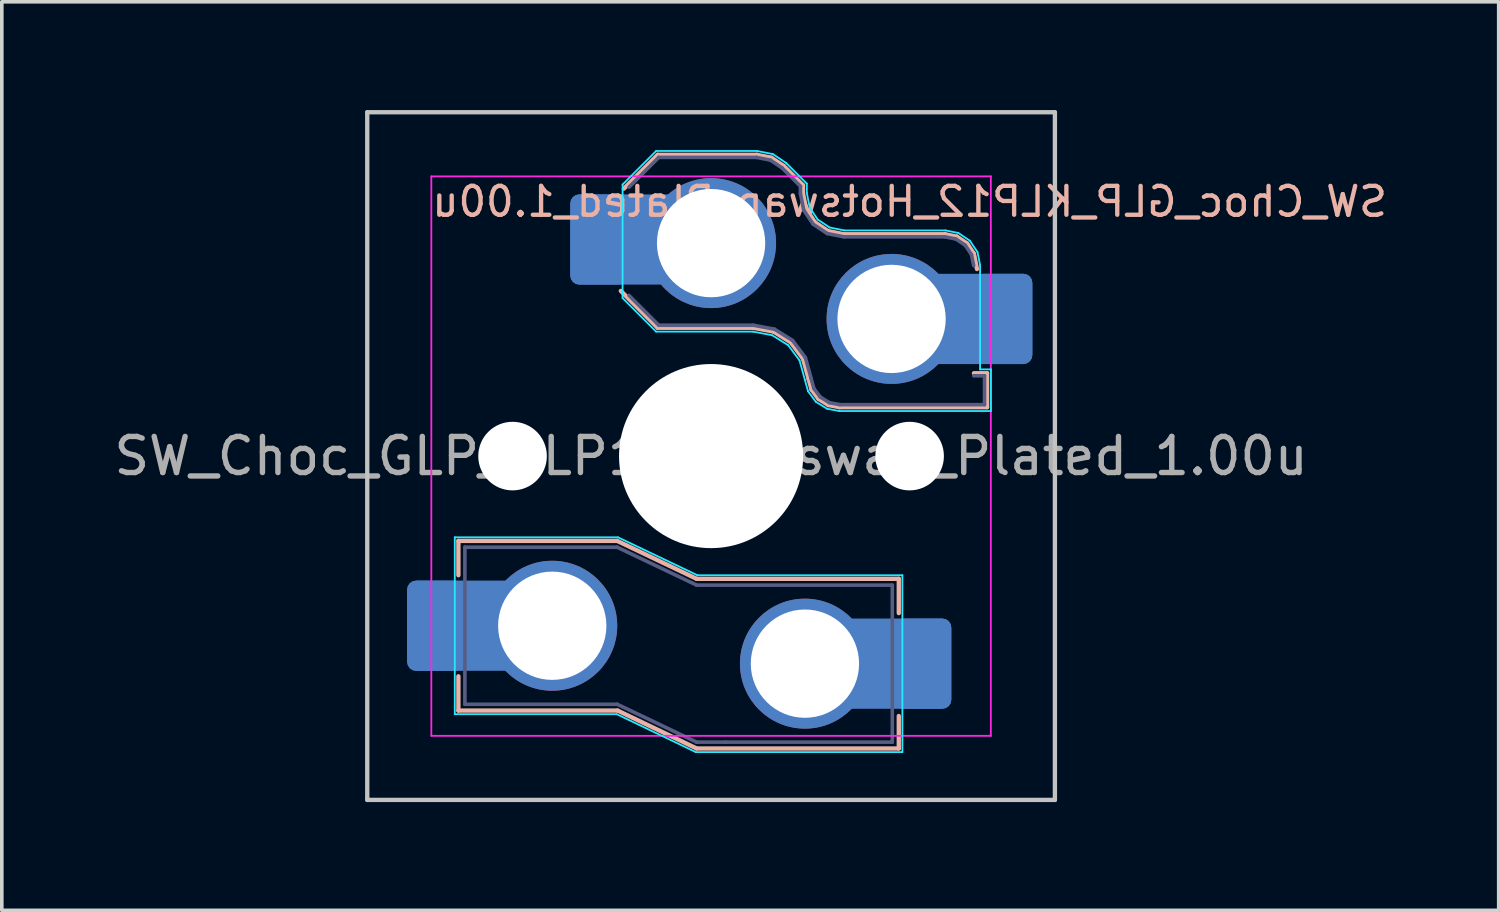
<source format=kicad_pcb>
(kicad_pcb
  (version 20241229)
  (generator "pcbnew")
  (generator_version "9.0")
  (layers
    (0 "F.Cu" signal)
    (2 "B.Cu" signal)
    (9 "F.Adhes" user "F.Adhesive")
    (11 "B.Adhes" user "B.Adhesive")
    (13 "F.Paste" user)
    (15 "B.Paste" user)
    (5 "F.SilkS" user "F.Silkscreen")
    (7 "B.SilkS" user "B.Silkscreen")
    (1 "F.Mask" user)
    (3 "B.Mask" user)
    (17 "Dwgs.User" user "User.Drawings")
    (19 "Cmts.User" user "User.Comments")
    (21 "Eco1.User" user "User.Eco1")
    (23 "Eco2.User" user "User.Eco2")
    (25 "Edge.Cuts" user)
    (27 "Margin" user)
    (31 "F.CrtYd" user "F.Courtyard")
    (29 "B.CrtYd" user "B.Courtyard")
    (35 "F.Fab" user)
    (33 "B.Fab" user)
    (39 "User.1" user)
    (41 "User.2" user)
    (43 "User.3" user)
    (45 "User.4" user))
  (footprint "SW_Choc_GLP_KLP12_Hotswap_Plated_1.00u"
    (layer "F.Cu")
    (at 16.649 9.585)
    (property "Reference" "SW_Choc_GLP_KLP12_Hotswap_Plated_1.00u" (at 5.5 -7.05 180) (layer "B.SilkS") (effects (font (size 0.8 0.8) (thickness 0.12)) (justify mirror)))
    (attr smd)
    (fp_line (start -7 2.35) (end -7 3.3) (stroke (width 0.12) (type solid)) (layer "B.SilkS"))
    (fp_line (start -7 2.35) (end -2.6 2.35) (stroke (width 0.12) (type solid)) (layer "B.SilkS"))
    (fp_line (start -7 7.05) (end -7 6.1) (stroke (width 0.12) (type solid)) (layer "B.SilkS"))
    (fp_line (start -7 7.05) (end -2.59 7.05) (stroke (width 0.12) (type solid)) (layer "B.SilkS"))
    (fp_line (start -2.6 2.35) (end -0.4 3.4) (stroke (width 0.12) (type solid)) (layer "B.SilkS"))
    (fp_line (start -2.59 7.05) (end -0.4 8.1) (stroke (width 0.12) (type solid)) (layer "B.SilkS"))
    (fp_line (start -2.416 -7.409) (end -1.479 -8.346) (stroke (width 0.12) (type solid)) (layer "B.SilkS"))
    (fp_line (start -1.479 -8.346) (end 1.268 -8.346) (stroke (width 0.12) (type solid)) (layer "B.SilkS"))
    (fp_line (start -1.479 -3.554) (end -2.5 -4.575) (stroke (width 0.12) (type solid)) (layer "B.SilkS"))
    (fp_line (start 1.168 -3.554) (end -1.479 -3.554) (stroke (width 0.12) (type solid)) (layer "B.SilkS"))
    (fp_line (start 1.268 -8.346) (end 1.671 -8.266) (stroke (width 0.12) (type solid)) (layer "B.SilkS"))
    (fp_line (start 1.671 -8.266) (end 2.013 -8.037) (stroke (width 0.12) (type solid)) (layer "B.SilkS"))
    (fp_line (start 1.73 -3.449) (end 1.168 -3.554) (stroke (width 0.12) (type solid)) (layer "B.SilkS"))
    (fp_line (start 2.013 -8.037) (end 2.546 -7.504) (stroke (width 0.12) (type solid)) (layer "B.SilkS"))
    (fp_line (start 2.209 -3.15) (end 1.73 -3.449) (stroke (width 0.12) (type solid)) (layer "B.SilkS"))
    (fp_line (start 2.546 -7.504) (end 2.546 -7.282) (stroke (width 0.12) (type solid)) (layer "B.SilkS"))
    (fp_line (start 2.546 -7.282) (end 2.633 -6.844) (stroke (width 0.12) (type solid)) (layer "B.SilkS"))
    (fp_line (start 2.547 -2.697) (end 2.209 -3.15) (stroke (width 0.12) (type solid)) (layer "B.SilkS"))
    (fp_line (start 2.633 -6.844) (end 2.877 -6.477) (stroke (width 0.12) (type solid)) (layer "B.SilkS"))
    (fp_line (start 2.701 -2.139) (end 2.547 -2.697) (stroke (width 0.12) (type solid)) (layer "B.SilkS"))
    (fp_line (start 2.783 -1.841) (end 2.701 -2.139) (stroke (width 0.12) (type solid)) (layer "B.SilkS"))
    (fp_line (start 2.877 -6.477) (end 3.244 -6.233) (stroke (width 0.12) (type solid)) (layer "B.SilkS"))
    (fp_line (start 2.976 -1.583) (end 2.783 -1.841) (stroke (width 0.12) (type solid)) (layer "B.SilkS"))
    (fp_line (start 3.244 -6.233) (end 3.682 -6.146) (stroke (width 0.12) (type solid)) (layer "B.SilkS"))
    (fp_line (start 3.25 -1.413) (end 2.976 -1.583) (stroke (width 0.12) (type solid)) (layer "B.SilkS"))
    (fp_line (start 3.56 -1.354) (end 3.25 -1.413) (stroke (width 0.12) (type solid)) (layer "B.SilkS"))
    (fp_line (start 3.682 -6.146) (end 6.482 -6.146) (stroke (width 0.12) (type solid)) (layer "B.SilkS"))
    (fp_line (start 5.2 3.4) (end -0.4 3.4) (stroke (width 0.12) (type solid)) (layer "B.SilkS"))
    (fp_line (start 5.2 3.4) (end 5.2 4.35) (stroke (width 0.12) (type solid)) (layer "B.SilkS"))
    (fp_line (start 5.2 8.1) (end -0.4 8.1) (stroke (width 0.12) (type solid)) (layer "B.SilkS"))
    (fp_line (start 5.2 8.1) (end 5.2 7.2) (stroke (width 0.12) (type solid)) (layer "B.SilkS"))
    (fp_line (start 6.482 -6.146) (end 6.809 -6.081) (stroke (width 0.12) (type solid)) (layer "B.SilkS"))
    (fp_line (start 6.809 -6.081) (end 7.092 -5.892) (stroke (width 0.12) (type solid)) (layer "B.SilkS"))
    (fp_line (start 7.092 -5.892) (end 7.281 -5.609) (stroke (width 0.12) (type solid)) (layer "B.SilkS"))
    (fp_line (start 7.281 -5.609) (end 7.366 -5.182) (stroke (width 0.12) (type solid)) (layer "B.SilkS"))
    (fp_line (start 7.283 -2.296) (end 7.646 -2.296) (stroke (width 0.12) (type solid)) (layer "B.SilkS"))
    (fp_line (start 7.646 -2.296) (end 7.646 -1.354) (stroke (width 0.12) (type solid)) (layer "B.SilkS"))
    (fp_line (start 7.646 -1.354) (end 3.56 -1.354) (stroke (width 0.12) (type solid)) (layer "B.SilkS"))
    (fp_line (start -9.525 -9.525) (end -9.525 9.525) (stroke (width 0.12) (type default)) (layer "Dwgs.User"))
    (fp_line (start -9.525 -9.525) (end 9.525 -9.525) (stroke (width 0.12) (type default)) (layer "Dwgs.User"))
    (fp_line (start 9.525 -9.525) (end 9.525 9.525) (stroke (width 0.12) (type default)) (layer "Dwgs.User"))
    (fp_line (start 9.525 9.525) (end -9.525 9.525) (stroke (width 0.12) (type default)) (layer "Dwgs.User"))
    (fp_line (start -7.1 2.25) (end -7.1 7.15) (stroke (width 0.05) (type solid)) (layer "B.CrtYd"))
    (fp_line (start -7.1 2.25) (end -2.58 2.25) (stroke (width 0.05) (type solid)) (layer "B.CrtYd"))
    (fp_line (start -7.1 7.15) (end -2.615 7.15) (stroke (width 0.05) (type solid)) (layer "B.CrtYd"))
    (fp_line (start -2.615 7.15) (end -0.425 8.2) (stroke (width 0.05) (type solid)) (layer "B.CrtYd"))
    (fp_line (start -2.58 2.25) (end -0.38 3.3) (stroke (width 0.05) (type solid)) (layer "B.CrtYd"))
    (fp_line (start -2.452 -7.523) (end -1.523 -8.452) (stroke (width 0.05) (type solid)) (layer "B.CrtYd"))
    (fp_line (start -2.452 -4.377) (end -2.452 -7.523) (stroke (width 0.05) (type solid)) (layer "B.CrtYd"))
    (fp_line (start -1.523 -8.452) (end 1.278 -8.452) (stroke (width 0.05) (type solid)) (layer "B.CrtYd"))
    (fp_line (start -1.523 -3.448) (end -2.452 -4.377) (stroke (width 0.05) (type solid)) (layer "B.CrtYd"))
    (fp_line (start 1.159 -3.448) (end -1.523 -3.448) (stroke (width 0.05) (type solid)) (layer "B.CrtYd"))
    (fp_line (start 1.278 -8.452) (end 1.712 -8.366) (stroke (width 0.05) (type solid)) (layer "B.CrtYd"))
    (fp_line (start 1.691 -3.348) (end 1.159 -3.448) (stroke (width 0.05) (type solid)) (layer "B.CrtYd"))
    (fp_line (start 1.712 -8.366) (end 2.081 -8.119) (stroke (width 0.05) (type solid)) (layer "B.CrtYd"))
    (fp_line (start 2.081 -8.119) (end 2.652 -7.548) (stroke (width 0.05) (type solid)) (layer "B.CrtYd"))
    (fp_line (start 2.136 -3.071) (end 1.691 -3.348) (stroke (width 0.05) (type solid)) (layer "B.CrtYd"))
    (fp_line (start 2.45 -2.65) (end 2.136 -3.071) (stroke (width 0.05) (type solid)) (layer "B.CrtYd"))
    (fp_line (start 2.599 -2.111) (end 2.45 -2.65) (stroke (width 0.05) (type solid)) (layer "B.CrtYd"))
    (fp_line (start 2.652 -7.548) (end 2.652 -7.292) (stroke (width 0.05) (type solid)) (layer "B.CrtYd"))
    (fp_line (start 2.652 -7.292) (end 2.733 -6.885) (stroke (width 0.05) (type solid)) (layer "B.CrtYd"))
    (fp_line (start 2.687 -1.794) (end 2.599 -2.111) (stroke (width 0.05) (type solid)) (layer "B.CrtYd"))
    (fp_line (start 2.733 -6.885) (end 2.953 -6.553) (stroke (width 0.05) (type solid)) (layer "B.CrtYd"))
    (fp_line (start 2.903 -1.503) (end 2.687 -1.794) (stroke (width 0.05) (type solid)) (layer "B.CrtYd"))
    (fp_line (start 2.953 -6.553) (end 3.285 -6.333) (stroke (width 0.05) (type solid)) (layer "B.CrtYd"))
    (fp_line (start 3.211 -1.312) (end 2.903 -1.503) (stroke (width 0.05) (type solid)) (layer "B.CrtYd"))
    (fp_line (start 3.285 -6.333) (end 3.692 -6.252) (stroke (width 0.05) (type solid)) (layer "B.CrtYd"))
    (fp_line (start 3.55 -1.248) (end 3.211 -1.312) (stroke (width 0.05) (type solid)) (layer "B.CrtYd"))
    (fp_line (start 3.692 -6.252) (end 6.492 -6.252) (stroke (width 0.05) (type solid)) (layer "B.CrtYd"))
    (fp_line (start 5.3 3.3) (end -0.38 3.3) (stroke (width 0.05) (type solid)) (layer "B.CrtYd"))
    (fp_line (start 5.3 3.3) (end 5.3 8.2) (stroke (width 0.05) (type solid)) (layer "B.CrtYd"))
    (fp_line (start 5.3 8.2) (end -0.425 8.2) (stroke (width 0.05) (type solid)) (layer "B.CrtYd"))
    (fp_line (start 6.492 -6.252) (end 6.85 -6.181) (stroke (width 0.05) (type solid)) (layer "B.CrtYd"))
    (fp_line (start 6.85 -6.181) (end 7.168 -5.968) (stroke (width 0.05) (type solid)) (layer "B.CrtYd"))
    (fp_line (start 7.168 -5.968) (end 7.381 -5.65) (stroke (width 0.05) (type solid)) (layer "B.CrtYd"))
    (fp_line (start 7.381 -5.65) (end 7.452 -5.292) (stroke (width 0.05) (type solid)) (layer "B.CrtYd"))
    (fp_line (start 7.452 -5.292) (end 7.452 -2.402) (stroke (width 0.05) (type solid)) (layer "B.CrtYd"))
    (fp_line (start 7.452 -2.402) (end 7.752 -2.402) (stroke (width 0.05) (type solid)) (layer "B.CrtYd"))
    (fp_line (start 7.752 -2.402) (end 7.752 -1.248) (stroke (width 0.05) (type solid)) (layer "B.CrtYd"))
    (fp_line (start 7.752 -1.248) (end 3.55 -1.248) (stroke (width 0.05) (type solid)) (layer "B.CrtYd"))
    (fp_line (start -7.75 7.75) (end -7.75 -7.75) (stroke (width 0.05) (type solid)) (layer "F.CrtYd"))
    (fp_line (start 7.75 -7.75) (end -7.75 -7.75) (stroke (width 0.05) (type solid)) (layer "F.CrtYd"))
    (fp_line (start 7.75 -7.75) (end 7.75 7.75) (stroke (width 0.05) (type solid)) (layer "F.CrtYd"))
    (fp_line (start 7.75 7.75) (end -7.75 7.75) (stroke (width 0.05) (type solid)) (layer "F.CrtYd"))
    (fp_line (start -6.82 2.525) (end -6.82 6.875) (stroke (width 0.1) (type solid)) (layer "B.Fab"))
    (fp_line (start -6.82 2.525) (end -2.6 2.525) (stroke (width 0.1) (type solid)) (layer "B.Fab"))
    (fp_line (start -6.82 6.875) (end -2.6 6.875) (stroke (width 0.1) (type solid)) (layer "B.Fab"))
    (fp_line (start -2.6 2.525) (end -0.4 3.575) (stroke (width 0.1) (type solid)) (layer "B.Fab"))
    (fp_line (start -2.6 6.875) (end -0.4 7.925) (stroke (width 0.1) (type solid)) (layer "B.Fab"))
    (fp_line (start -2.275 -7.45) (end -1.45 -8.275) (stroke (width 0.1) (type solid)) (layer "B.Fab"))
    (fp_line (start -1.45 -8.275) (end 1.261 -8.275) (stroke (width 0.1) (type solid)) (layer "B.Fab"))
    (fp_line (start -1.45 -3.625) (end -2.275 -4.45) (stroke (width 0.1) (type solid)) (layer "B.Fab"))
    (fp_line (start 0.4 7.925) (end -0.4 7.925) (stroke (width 0.1) (type solid)) (layer "B.Fab"))
    (fp_line (start 1.175 -3.625) (end -1.45 -3.625) (stroke (width 0.1) (type solid)) (layer "B.Fab"))
    (fp_line (start 1.261 -8.275) (end 1.643 -8.199) (stroke (width 0.1) (type solid)) (layer "B.Fab"))
    (fp_line (start 1.643 -8.199) (end 1.968 -7.982) (stroke (width 0.1) (type solid)) (layer "B.Fab"))
    (fp_line (start 1.756 -3.516) (end 1.175 -3.625) (stroke (width 0.1) (type solid)) (layer "B.Fab"))
    (fp_line (start 1.968 -7.982) (end 2.475 -7.475) (stroke (width 0.1) (type solid)) (layer "B.Fab"))
    (fp_line (start 2.258 -3.203) (end 1.756 -3.516) (stroke (width 0.1) (type solid)) (layer "B.Fab"))
    (fp_line (start 2.475 -7.475) (end 2.475 -7.275) (stroke (width 0.1) (type solid)) (layer "B.Fab"))
    (fp_line (start 2.475 -7.275) (end 2.566 -6.816) (stroke (width 0.1) (type solid)) (layer "B.Fab"))
    (fp_line (start 2.566 -6.816) (end 2.826 -6.426) (stroke (width 0.1) (type solid)) (layer "B.Fab"))
    (fp_line (start 2.612 -2.729) (end 2.258 -3.203) (stroke (width 0.1) (type solid)) (layer "B.Fab"))
    (fp_line (start 2.769 -2.158) (end 2.612 -2.729) (stroke (width 0.1) (type solid)) (layer "B.Fab"))
    (fp_line (start 2.826 -6.426) (end 3.216 -6.166) (stroke (width 0.1) (type solid)) (layer "B.Fab"))
    (fp_line (start 2.848 -1.873) (end 2.769 -2.158) (stroke (width 0.1) (type solid)) (layer "B.Fab"))
    (fp_line (start 3.025 -1.636) (end 2.848 -1.873) (stroke (width 0.1) (type solid)) (layer "B.Fab"))
    (fp_line (start 3.216 -6.166) (end 3.675 -6.075) (stroke (width 0.1) (type solid)) (layer "B.Fab"))
    (fp_line (start 3.276 -1.48) (end 3.025 -1.636) (stroke (width 0.1) (type solid)) (layer "B.Fab"))
    (fp_line (start 3.567 -1.425) (end 3.276 -1.48) (stroke (width 0.1) (type solid)) (layer "B.Fab"))
    (fp_line (start 3.675 -6.075) (end 6.475 -6.075) (stroke (width 0.1) (type solid)) (layer "B.Fab"))
    (fp_line (start 5.02 3.575) (end -0.4 3.575) (stroke (width 0.1) (type solid)) (layer "B.Fab"))
    (fp_line (start 5.02 3.575) (end 5.02 7.925) (stroke (width 0.1) (type solid)) (layer "B.Fab"))
    (fp_line (start 5.02 7.925) (end 0.4 7.925) (stroke (width 0.1) (type solid)) (layer "B.Fab"))
    (fp_line (start 6.475 -6.075) (end 6.781 -6.014) (stroke (width 0.1) (type solid)) (layer "B.Fab"))
    (fp_line (start 6.781 -6.014) (end 7.041 -5.841) (stroke (width 0.1) (type solid)) (layer "B.Fab"))
    (fp_line (start 7.041 -5.841) (end 7.214 -5.581) (stroke (width 0.1) (type solid)) (layer "B.Fab"))
    (fp_line (start 7.214 -5.581) (end 7.275 -5.275) (stroke (width 0.1) (type solid)) (layer "B.Fab"))
    (fp_line (start 7.275 -2.225) (end 7.575 -2.225) (stroke (width 0.1) (type solid)) (layer "B.Fab"))
    (fp_line (start 7.575 -2.225) (end 7.575 -1.425) (stroke (width 0.1) (type solid)) (layer "B.Fab"))
    (fp_line (start 7.575 -1.425) (end 3.567 -1.425) (stroke (width 0.1) (type solid)) (layer "B.Fab"))
    (fp_rect (start -7.05 -7.05) (end 7.05 7.05) (stroke (width 0.12) (type default)) (fill no) (layer "User.1"))
    (fp_text user "${REFERENCE}" (at 0 0 0) (layer "F.Fab") (effects (font (size 1 1) (thickness 0.15))))
    (pad "" np_thru_hole circle (at -5.5 0) (size 1.9 1.9) (drill 1.9) (layers "*.Cu" "*.Mask"))
    (pad "" np_thru_hole circle (at 0 0) (size 5.1 5.1) (drill 5.1) (layers "*.Cu" "*.Mask"))
    (pad "" np_thru_hole circle (at 5.5 0) (size 1.9 1.9) (drill 1.9) (layers "*.Cu" "*.Mask"))
    (pad "1" thru_hole circle (at 2.6 5.75) (size 3.6 3.6) (drill 3) (layers "*.Cu" "*.Mask"))
    (pad "1" smd roundrect (at 4.73 5.75) (size 3.85 2.5) (layers "B.Cu") (roundrect_rratio 0.1))
    (pad "1" thru_hole circle (at 5 -3.8) (size 3.6 3.6) (drill 3) (layers "*.Cu" "*.Mask"))
    (pad "1" smd roundrect (at 5.855 5.75) (size 1.6 2.5) (layers "B.Cu" "B.Mask" "B.Paste") (roundrect_rratio 0.156))
    (pad "1" smd roundrect (at 6.975 -3.8) (size 3.85 2.5) (layers "B.Cu") (roundrect_rratio 0.1))
    (pad "1" smd roundrect (at 8.1 -3.8) (size 1.6 2.5) (layers "B.Cu" "B.Mask" "B.Paste") (roundrect_rratio 0.156))
    (pad "2" smd roundrect (at -7.62 4.7) (size 1.6 2.5) (layers "B.Cu" "B.Mask" "B.Paste") (roundrect_rratio 0.156))
    (pad "2" smd roundrect (at -6.495 4.699) (size 3.85 2.5) (layers "B.Cu") (roundrect_rratio 0.1))
    (pad "2" thru_hole circle (at -4.4 4.7) (size 3.6 3.6) (drill 3) (layers "*.Cu" "*.Mask"))
    (pad "2" smd roundrect (at -3.1 -6) (size 1.6 2.5) (layers "B.Cu" "B.Mask" "B.Paste") (roundrect_rratio 0.156))
    (pad "2" smd roundrect (at -1.975 -6) (size 3.85 2.5) (layers "B.Cu") (roundrect_rratio 0.1))
    (pad "2" thru_hole circle (at 0 -5.9) (size 3.6 3.6) (drill 3) (layers "*.Cu" "*.Mask")))
  (gr_rect
    (start -3 -3)
    (end 38.468 22.17)
    (stroke (width 0.1) (type default))
    (fill no)
    (layer "Edge.Cuts")))
</source>
